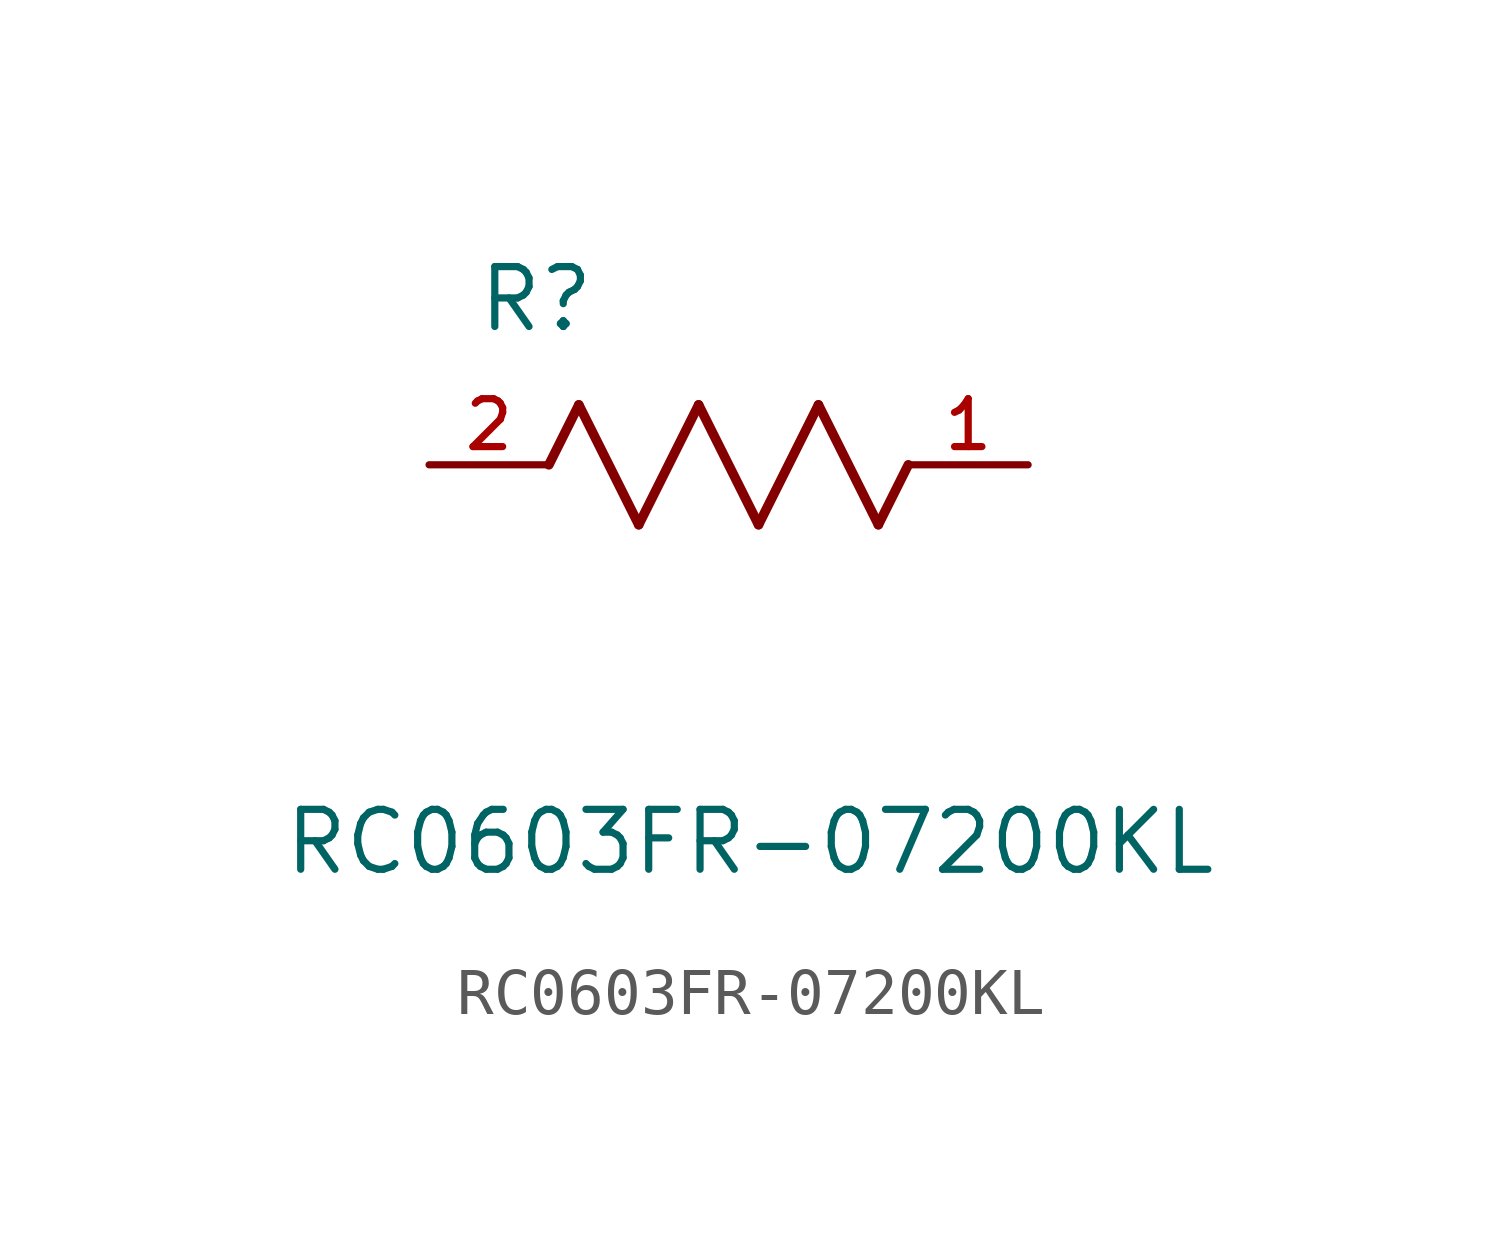
<source format=kicad_sym>
(kicad_symbol_lib
  (version 20211014)
  (generator kicad_symbol_editor)
  (symbol "RC0603FR-07200KL"
    (pin_names
      (offset 1.016))
    (property "Reference" "R"
      (at 0.991 2.769 0.0)
      (effects (font (size 1.27 1.27)) (justify bottom left)))
    (property "Value" "RC0603FR-07200KL"
      (at -3.124 -8.738 0.0)
      (effects (font (size 1.27 1.27)) (justify bottom left)))
    (symbol "RC0603FR-07200KL_0_0"
      (polyline (pts (xy 3.175 1.27) (xy 4.445 -1.27)) (stroke (width 0.203)))
      (polyline (pts (xy 4.445 -1.27) (xy 5.715 1.27)) (stroke (width 0.203)))
      (polyline (pts (xy 5.715 1.27) (xy 6.985 -1.27)) (stroke (width 0.203)))
      (polyline (pts (xy 6.985 -1.27) (xy 8.255 1.27)) (stroke (width 0.203)))
      (polyline (pts (xy 8.255 1.27) (xy 9.525 -1.27)) (stroke (width 0.203)))
      (polyline (pts (xy 2.54 0.0) (xy 3.175 1.27)) (stroke (width 0.203)))
      (polyline (pts (xy 9.525 -1.27) (xy 10.16 0.0)) (stroke (width 0.203)))
      (pin passive line (at 0.0 0.0 0) (length 2.54) (name "~" (effects (font (size 1.016 1.016)))) (number "2" (effects (font (size 1.016 1.016)))))
      (pin passive line (at 12.7 0.0 180.0) (length 2.54) (name "~" (effects (font (size 1.016 1.016)))) (number "1" (effects (font (size 1.016 1.016))))))))
</source>
